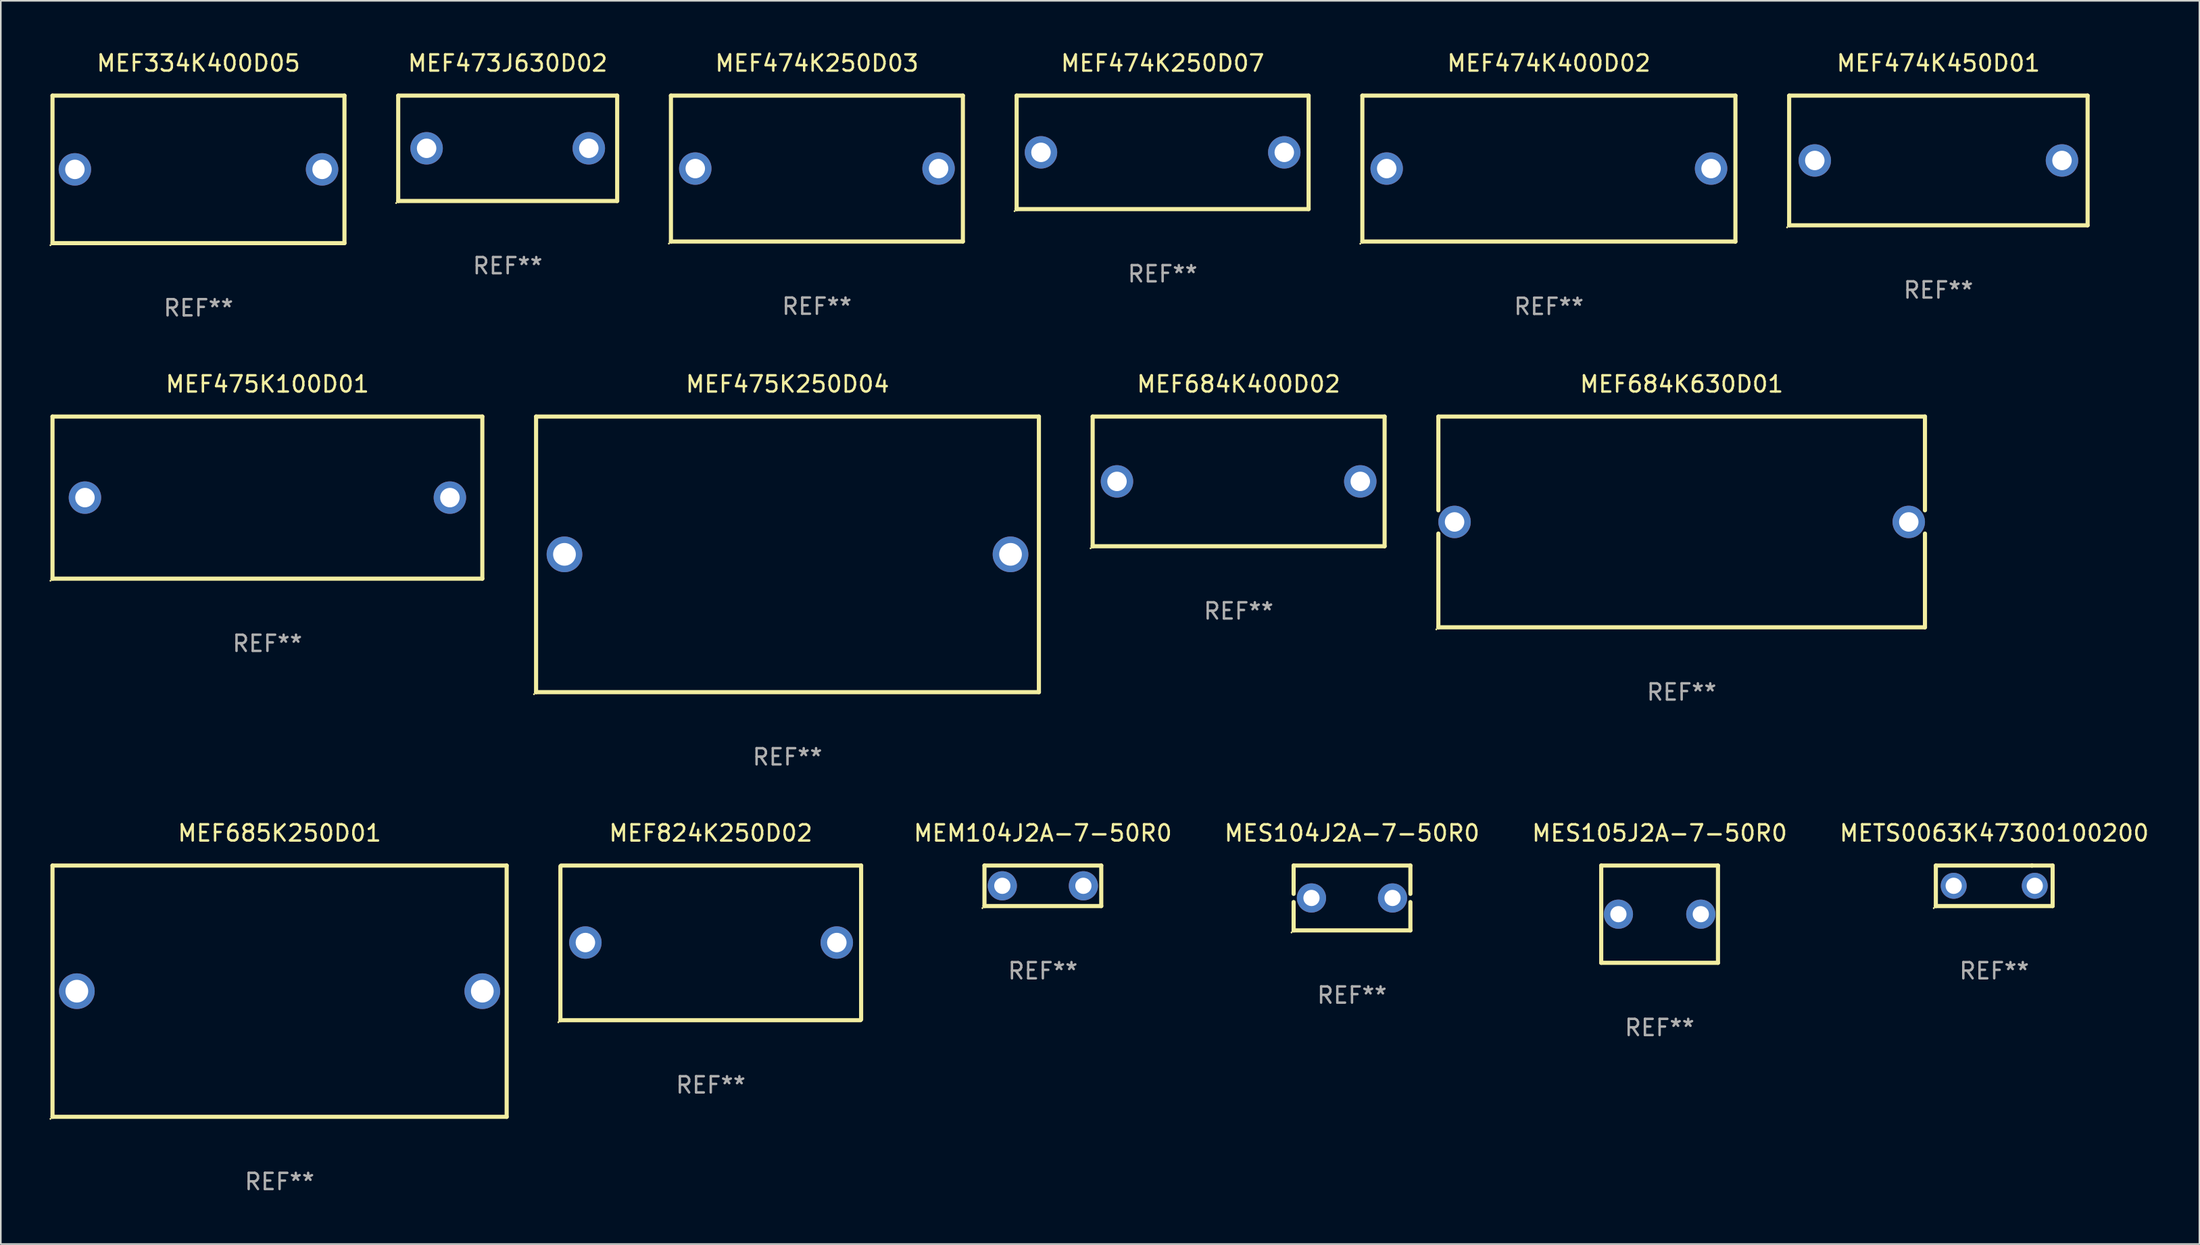
<source format=kicad_pcb>
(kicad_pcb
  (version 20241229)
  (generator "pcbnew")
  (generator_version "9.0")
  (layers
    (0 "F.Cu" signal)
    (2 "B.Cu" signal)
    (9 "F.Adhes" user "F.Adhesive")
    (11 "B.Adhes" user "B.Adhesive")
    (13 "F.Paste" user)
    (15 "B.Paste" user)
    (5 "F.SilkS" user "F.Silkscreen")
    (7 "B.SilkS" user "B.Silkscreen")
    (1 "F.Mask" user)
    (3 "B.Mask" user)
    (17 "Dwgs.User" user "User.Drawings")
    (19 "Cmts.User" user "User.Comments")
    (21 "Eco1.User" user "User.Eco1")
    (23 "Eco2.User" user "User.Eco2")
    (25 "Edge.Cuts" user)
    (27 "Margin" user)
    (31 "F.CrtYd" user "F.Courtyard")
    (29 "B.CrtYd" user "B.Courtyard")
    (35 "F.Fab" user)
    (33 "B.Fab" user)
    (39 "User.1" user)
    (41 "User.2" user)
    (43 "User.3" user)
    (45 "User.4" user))
  (footprint "MES104J2A-7-50R0"
    (layer "F.Cu")
    (at 80.305 52.341)
    (property "Reference" "MES104J2A-7-50R0" (at 0 -4 0) (layer "F.SilkS") (effects (font (size 1 1) (thickness 0.15))))
    (attr through_hole)
    (fp_line (start -3.6 -2) (end -3.6 -0.252) (stroke (width 0.254) (type solid)) (layer "F.SilkS"))
    (fp_line (start -3.6 -2) (end 3.6 -2) (stroke (width 0.254) (type solid)) (layer "F.SilkS"))
    (fp_line (start -3.6 0.252) (end -3.6 2) (stroke (width 0.254) (type solid)) (layer "F.SilkS"))
    (fp_line (start -3.6 2) (end 3.6 2) (stroke (width 0.254) (type solid)) (layer "F.SilkS"))
    (fp_line (start 3.6 -0.252) (end 3.6 -2) (stroke (width 0.254) (type solid)) (layer "F.SilkS"))
    (fp_line (start 3.6 2) (end 3.6 0.252) (stroke (width 0.254) (type solid)) (layer "F.SilkS"))
    (fp_circle (center -3.727 2.127) (end -3.697 2.127) (stroke (width 0.06) (type solid)) (fill no) (layer "F.SilkS"))
    (fp_text user "REF**" (at 0 6 0) (layer "F.Fab") (effects (font (size 1 1) (thickness 0.15))))
    (pad "1" thru_hole circle (at -2.499 0) (size 1.8 1.8) (drill 1) (layers "*.Cu" "*.Mask"))
    (pad "2" thru_hole circle (at 2.499 0) (size 1.8 1.8) (drill 1) (layers "*.Cu" "*.Mask")))
  (footprint "MEF474K250D03"
    (layer "F.Cu")
    (at 47.315 7.348)
    (property "Reference" "MEF474K250D03" (at 0 -6.5 0) (layer "F.SilkS") (effects (font (size 1 1) (thickness 0.15))))
    (attr through_hole)
    (fp_line (start -9 -4.5) (end 9 -4.5) (stroke (width 0.254) (type solid)) (layer "F.SilkS"))
    (fp_line (start -9 4.5) (end -9 -4.5) (stroke (width 0.254) (type solid)) (layer "F.SilkS"))
    (fp_line (start 9 -4.5) (end 9 4.5) (stroke (width 0.254) (type solid)) (layer "F.SilkS"))
    (fp_line (start 9 4.5) (end -9 4.5) (stroke (width 0.254) (type solid)) (layer "F.SilkS"))
    (fp_circle (center -9.127 4.627) (end -9.097 4.627) (stroke (width 0.06) (type solid)) (fill no) (layer "F.SilkS"))
    (fp_text user "REF**" (at 0 8.5 0) (layer "F.Fab") (effects (font (size 1 1) (thickness 0.15))))
    (pad "1" thru_hole circle (at -7.5 -0.000127) (size 2 2) (drill 1.2) (layers "*.Cu" "*.Mask"))
    (pad "2" thru_hole circle (at 7.5 -0.000127) (size 2 2) (drill 1.2) (layers "*.Cu" "*.Mask")))
  (footprint "MEF684K400D02"
    (layer "F.Cu")
    (at 73.315 26.645)
    (property "Reference" "MEF684K400D02" (at 0 -6 0) (layer "F.SilkS") (effects (font (size 1 1) (thickness 0.15))))
    (attr through_hole)
    (fp_line (start -9 -4) (end 9 -4) (stroke (width 0.254) (type solid)) (layer "F.SilkS"))
    (fp_line (start -9 4) (end -9 -4) (stroke (width 0.254) (type solid)) (layer "F.SilkS"))
    (fp_line (start 9 -4) (end 9 4) (stroke (width 0.254) (type solid)) (layer "F.SilkS"))
    (fp_line (start 9 4) (end -9 4) (stroke (width 0.254) (type solid)) (layer "F.SilkS"))
    (fp_circle (center -9.127 4.127) (end -9.097 4.127) (stroke (width 0.06) (type solid)) (fill no) (layer "F.SilkS"))
    (fp_text user "REF**" (at 0 8 0) (layer "F.Fab") (effects (font (size 1 1) (thickness 0.15))))
    (pad "1" thru_hole circle (at -7.5 0) (size 2 2) (drill 1.2) (layers "*.Cu" "*.Mask"))
    (pad "2" thru_hole circle (at 7.5 0) (size 2 2) (drill 1.2) (layers "*.Cu" "*.Mask")))
  (footprint "MEF474K450D01"
    (layer "F.Cu")
    (at 116.457 6.848)
    (property "Reference" "MEF474K450D01" (at 0 -6 0) (layer "F.SilkS") (effects (font (size 1 1) (thickness 0.15))))
    (attr through_hole)
    (fp_line (start -9.2 -4) (end 9.2 -4) (stroke (width 0.254) (type solid)) (layer "F.SilkS"))
    (fp_line (start -9.2 4) (end -9.2 -4) (stroke (width 0.254) (type solid)) (layer "F.SilkS"))
    (fp_line (start 9.2 -4) (end 9.2 4) (stroke (width 0.254) (type solid)) (layer "F.SilkS"))
    (fp_line (start 9.2 4) (end -9.2 4) (stroke (width 0.254) (type solid)) (layer "F.SilkS"))
    (fp_circle (center -9.327 4.127) (end -9.297 4.127) (stroke (width 0.06) (type solid)) (fill no) (layer "F.SilkS"))
    (fp_text user "REF**" (at 0 8 0) (layer "F.Fab") (effects (font (size 1 1) (thickness 0.15))))
    (pad "1" thru_hole circle (at -7.62 0) (size 2 2) (drill 1.2) (layers "*.Cu" "*.Mask"))
    (pad "2" thru_hole circle (at 7.62 0) (size 2 2) (drill 1.2) (layers "*.Cu" "*.Mask")))
  (footprint "MEM104J2A-7-50R0"
    (layer "F.Cu")
    (at 61.245 51.591)
    (property "Reference" "MEM104J2A-7-50R0" (at 0 -3.25 0) (layer "F.SilkS") (effects (font (size 1 1) (thickness 0.15))))
    (attr through_hole)
    (fp_line (start -3.6 -1.25) (end 3.6 -1.25) (stroke (width 0.254) (type solid)) (layer "F.SilkS"))
    (fp_line (start -3.6 1.25) (end -3.6 -1.25) (stroke (width 0.254) (type solid)) (layer "F.SilkS"))
    (fp_line (start -3.6 1.25) (end 3.6 1.25) (stroke (width 0.254) (type solid)) (layer "F.SilkS"))
    (fp_line (start 3.6 -1.25) (end 3.6 1.25) (stroke (width 0.254) (type solid)) (layer "F.SilkS"))
    (fp_circle (center -3.727 1.377) (end -3.697 1.377) (stroke (width 0.06) (type solid)) (fill no) (layer "F.SilkS"))
    (fp_text user "REF**" (at 0 5.25 0) (layer "F.Fab") (effects (font (size 1 1) (thickness 0.15))))
    (pad "1" thru_hole circle (at -2.499 -0.000013) (size 1.8 1.8) (drill 1) (layers "*.Cu" "*.Mask"))
    (pad "2" thru_hole circle (at 2.499 -0.000013) (size 1.8 1.8) (drill 1) (layers "*.Cu" "*.Mask")))
  (footprint "MEF475K100D01"
    (layer "F.Cu")
    (at 13.437 27.645)
    (property "Reference" "MEF475K100D01" (at 0 -7 0) (layer "F.SilkS") (effects (font (size 1 1) (thickness 0.15))))
    (attr through_hole)
    (fp_line (start -13.25 -5) (end 13.25 -5) (stroke (width 0.254) (type solid)) (layer "F.SilkS"))
    (fp_line (start -13.25 5) (end -13.25 -5) (stroke (width 0.254) (type solid)) (layer "F.SilkS"))
    (fp_line (start 13.25 -5) (end 13.25 5) (stroke (width 0.254) (type solid)) (layer "F.SilkS"))
    (fp_line (start 13.25 5) (end -13.25 5) (stroke (width 0.254) (type solid)) (layer "F.SilkS"))
    (fp_circle (center -13.377 5.127) (end -13.347 5.127) (stroke (width 0.06) (type solid)) (fill no) (layer "F.SilkS"))
    (fp_text user "REF**" (at 0 9 0) (layer "F.Fab") (effects (font (size 1 1) (thickness 0.15))))
    (pad "1" thru_hole circle (at -11.25 0) (size 2 2) (drill 1.2) (layers "*.Cu" "*.Mask"))
    (pad "2" thru_hole circle (at 11.25 0) (size 2 2) (drill 1.2) (layers "*.Cu" "*.Mask")))
  (footprint "MES105J2A-7-50R0"
    (layer "F.Cu")
    (at 99.269 53.341)
    (property "Reference" "MES105J2A-7-50R0" (at 0 -5 0) (layer "F.SilkS") (effects (font (size 1 1) (thickness 0.15))))
    (attr through_hole)
    (fp_line (start -3.599 -3) (end -3.599 3) (stroke (width 0.254) (type solid)) (layer "F.SilkS"))
    (fp_line (start -3.599 -3) (end 3.599 -3) (stroke (width 0.254) (type solid)) (layer "F.SilkS"))
    (fp_line (start 3.599 3) (end -3.599 3) (stroke (width 0.254) (type solid)) (layer "F.SilkS"))
    (fp_line (start 3.599 3) (end 3.599 -3) (stroke (width 0.254) (type solid)) (layer "F.SilkS"))
    (fp_circle (center -3.6 3) (end -3.57 3) (stroke (width 0.06) (type solid)) (fill no) (layer "F.SilkS"))
    (fp_text user "REF**" (at 0 7 0) (layer "F.Fab") (effects (font (size 1 1) (thickness 0.15))))
    (pad "1" thru_hole circle (at -2.54 0) (size 1.8 1.8) (drill 1) (layers "*.Cu" "*.Mask"))
    (pad "2" thru_hole circle (at 2.54 0) (size 1.8 1.8) (drill 1) (layers "*.Cu" "*.Mask")))
  (footprint "MEF685K250D01"
    (layer "F.Cu")
    (at 14.187 58.091)
    (property "Reference" "MEF685K250D01" (at 0 -9.75 0) (layer "F.SilkS") (effects (font (size 1 1) (thickness 0.15))))
    (attr through_hole)
    (fp_line (start -14 -7.75) (end 14 -7.75) (stroke (width 0.254) (type solid)) (layer "F.SilkS"))
    (fp_line (start -14 7.75) (end -14 -7.75) (stroke (width 0.254) (type solid)) (layer "F.SilkS"))
    (fp_line (start 14 -7.75) (end 14 7.75) (stroke (width 0.254) (type solid)) (layer "F.SilkS"))
    (fp_line (start 14 7.75) (end -14 7.75) (stroke (width 0.254) (type solid)) (layer "F.SilkS"))
    (fp_circle (center -14.127 7.877) (end -14.097 7.877) (stroke (width 0.06) (type solid)) (fill no) (layer "F.SilkS"))
    (fp_text user "REF**" (at 0 11.75 0) (layer "F.Fab") (effects (font (size 1 1) (thickness 0.15))))
    (pad "1" thru_hole circle (at -12.499 -0.000013) (size 2.2 2.2) (drill 1.4) (layers "*.Cu" "*.Mask"))
    (pad "2" thru_hole circle (at 12.499 -0.000013) (size 2.2 2.2) (drill 1.4) (layers "*.Cu" "*.Mask")))
  (footprint "MEF474K400D02"
    (layer "F.Cu")
    (at 92.443 7.353)
    (property "Reference" "MEF474K400D02" (at 0 -6.505 0) (layer "F.SilkS") (effects (font (size 1 1) (thickness 0.15))))
    (attr through_hole)
    (fp_line (start -11.5 -4.505) (end -11.5 4.495) (stroke (width 0.254) (type solid)) (layer "F.SilkS"))
    (fp_line (start -11.5 -4.505) (end 11.5 -4.505) (stroke (width 0.254) (type solid)) (layer "F.SilkS"))
    (fp_line (start -11.5 4.495) (end 11.5 4.495) (stroke (width 0.254) (type solid)) (layer "F.SilkS"))
    (fp_line (start 11.5 -4.505) (end 11.5 4.505) (stroke (width 0.254) (type solid)) (layer "F.SilkS"))
    (fp_circle (center -11.627 4.632) (end -11.597 4.632) (stroke (width 0.06) (type solid)) (fill no) (layer "F.SilkS"))
    (fp_text user "REF**" (at 0 8.505 0) (layer "F.Fab") (effects (font (size 1 1) (thickness 0.15))))
    (pad "1" thru_hole circle (at -10 -0.005) (size 2 2) (drill 1.2) (layers "*.Cu" "*.Mask"))
    (pad "2" thru_hole circle (at 10 -0.005) (size 2 2) (drill 1.2) (layers "*.Cu" "*.Mask")))
  (footprint "METS0063K47300100200"
    (layer "F.Cu")
    (at 119.9 51.591)
    (property "Reference" "METS0063K47300100200" (at 0 -3.25 0) (layer "F.SilkS") (effects (font (size 1 1) (thickness 0.15))))
    (attr through_hole)
    (fp_line (start -3.6 1.25) (end -3.6 -1.25) (stroke (width 0.254) (type solid)) (layer "F.SilkS"))
    (fp_line (start -3.6 1.25) (end 3.6 1.25) (stroke (width 0.254) (type solid)) (layer "F.SilkS"))
    (fp_line (start -3.6 -1.25) (end 2.326 -1.25) (stroke (width 0.254) (type solid)) (layer "F.SilkS"))
    (fp_line (start 2.326 -1.25) (end 2.326 -1.25) (stroke (width 0.254) (type solid)) (layer "F.SilkS"))
    (fp_line (start 2.326 -1.25) (end 3.6 -1.25) (stroke (width 0.254) (type solid)) (layer "F.SilkS"))
    (fp_line (start 3.6 -1.25) (end 3.6 1.25) (stroke (width 0.254) (type solid)) (layer "F.SilkS"))
    (fp_circle (center -3.727 1.377) (end -3.697 1.377) (stroke (width 0.06) (type solid)) (fill no) (layer "F.SilkS"))
    (fp_text user "REF**" (at 0 5.25 0) (layer "F.Fab") (effects (font (size 1 1) (thickness 0.15))))
    (pad "1" thru_hole circle (at -2.499 -0.000013) (size 1.6 1.6) (drill 1) (layers "*.Cu" "*.Mask"))
    (pad "2" thru_hole circle (at 2.499 -0.000013) (size 1.6 1.6) (drill 1) (layers "*.Cu" "*.Mask")))
  (footprint "MEF473J630D02"
    (layer "F.Cu")
    (at 28.251 6.098)
    (property "Reference" "MEF473J630D02" (at 0 -5.25 0) (layer "F.SilkS") (effects (font (size 1 1) (thickness 0.15))))
    (attr through_hole)
    (fp_line (start -6.75 -3.25) (end 6.75 -3.25) (stroke (width 0.254) (type solid)) (layer "F.SilkS"))
    (fp_line (start -6.75 3.25) (end -6.75 -3.25) (stroke (width 0.254) (type solid)) (layer "F.SilkS"))
    (fp_line (start 6.75 -3.25) (end 6.75 3.25) (stroke (width 0.254) (type solid)) (layer "F.SilkS"))
    (fp_line (start 6.75 3.25) (end -6.75 3.25) (stroke (width 0.254) (type solid)) (layer "F.SilkS"))
    (fp_circle (center -6.877 3.377) (end -6.847 3.377) (stroke (width 0.06) (type solid)) (fill no) (layer "F.SilkS"))
    (fp_text user "REF**" (at 0 7.25 0) (layer "F.Fab") (effects (font (size 1 1) (thickness 0.15))))
    (pad "1" thru_hole circle (at -5 -0.000013) (size 2 2) (drill 1.2) (layers "*.Cu" "*.Mask"))
    (pad "2" thru_hole circle (at 5 -0.000013) (size 2 2) (drill 1.2) (layers "*.Cu" "*.Mask")))
  (footprint "MEF475K250D04"
    (layer "F.Cu")
    (at 45.501 31.145)
    (property "Reference" "MEF475K250D04" (at 0 -10.5 0) (layer "F.SilkS") (effects (font (size 1 1) (thickness 0.15))))
    (attr through_hole)
    (fp_line (start -15.5 -8.5) (end 15.5 -8.5) (stroke (width 0.254) (type solid)) (layer "F.SilkS"))
    (fp_line (start -15.5 8.5) (end -15.5 -8.5) (stroke (width 0.254) (type solid)) (layer "F.SilkS"))
    (fp_line (start 15.5 8.5) (end -15.5 8.5) (stroke (width 0.254) (type solid)) (layer "F.SilkS"))
    (fp_line (start 15.5 8.5) (end 15.5 -8.5) (stroke (width 0.254) (type solid)) (layer "F.SilkS"))
    (fp_circle (center -15.627 8.627) (end -15.597 8.627) (stroke (width 0.06) (type solid)) (fill no) (layer "F.SilkS"))
    (fp_text user "REF**" (at 0 12.5 0) (layer "F.Fab") (effects (font (size 1 1) (thickness 0.15))))
    (pad "1" thru_hole circle (at -13.75 0) (size 2.2 2.2) (drill 1.4) (layers "*.Cu" "*.Mask"))
    (pad "2" thru_hole circle (at 13.75 0) (size 2.2 2.2) (drill 1.4) (layers "*.Cu" "*.Mask")))
  (footprint "MEF474K250D07"
    (layer "F.Cu")
    (at 68.629 6.348)
    (property "Reference" "MEF474K250D07" (at 0 -5.5 0) (layer "F.SilkS") (effects (font (size 1 1) (thickness 0.15))))
    (attr through_hole)
    (fp_line (start -9 -3.5) (end 9 -3.5) (stroke (width 0.254) (type solid)) (layer "F.SilkS"))
    (fp_line (start -9 3.5) (end -9 -3.5) (stroke (width 0.254) (type solid)) (layer "F.SilkS"))
    (fp_line (start 9 3.5) (end -9 3.5) (stroke (width 0.254) (type solid)) (layer "F.SilkS"))
    (fp_line (start 9 3.5) (end 9 -3.5) (stroke (width 0.254) (type solid)) (layer "F.SilkS"))
    (fp_circle (center -9.127 3.627) (end -9.097 3.627) (stroke (width 0.06) (type solid)) (fill no) (layer "F.SilkS"))
    (fp_text user "REF**" (at 0 7.5 0) (layer "F.Fab") (effects (font (size 1 1) (thickness 0.15))))
    (pad "1" thru_hole circle (at -7.5 0) (size 2 2) (drill 1.2) (layers "*.Cu" "*.Mask"))
    (pad "2" thru_hole circle (at 7.5 0) (size 2 2) (drill 1.2) (layers "*.Cu" "*.Mask")))
  (footprint "MEF824K250D02"
    (layer "F.Cu")
    (at 40.771 55.111)
    (property "Reference" "MEF824K250D02" (at 0 -6.77 0) (layer "F.SilkS") (effects (font (size 1 1) (thickness 0.15))))
    (attr through_hole)
    (fp_line (start -9.27 4.77) (end -9.27 -4.73) (stroke (width 0.254) (type solid)) (layer "F.SilkS"))
    (fp_line (start -9.23 -4.77) (end 9.27 -4.77) (stroke (width 0.254) (type solid)) (layer "F.SilkS"))
    (fp_line (start 9.23 4.77) (end -9.27 4.77) (stroke (width 0.254) (type solid)) (layer "F.SilkS"))
    (fp_line (start 9.27 -4.77) (end 9.27 4.73) (stroke (width 0.254) (type solid)) (layer "F.SilkS"))
    (fp_circle (center -9.397 4.897) (end -9.367 4.897) (stroke (width 0.06) (type solid)) (fill no) (layer "F.SilkS"))
    (fp_text user "REF**" (at 0 8.77 0) (layer "F.Fab") (effects (font (size 1 1) (thickness 0.15))))
    (pad "1" thru_hole circle (at -7.73 -0.02) (size 2 2) (drill 1.2) (layers "*.Cu" "*.Mask"))
    (pad "2" thru_hole circle (at 7.77 -0.02) (size 2 2) (drill 1.2) (layers "*.Cu" "*.Mask")))
  (footprint "MEF684K630D01"
    (layer "F.Cu")
    (at 100.629 29.145)
    (property "Reference" "MEF684K630D01" (at 0 -8.5 0) (layer "F.SilkS") (effects (font (size 1 1) (thickness 0.15))))
    (attr through_hole)
    (fp_line (start -15 -6.5) (end -15 -0.717) (stroke (width 0.254) (type solid)) (layer "F.SilkS"))
    (fp_line (start -15 -6.5) (end 15 -6.5) (stroke (width 0.254) (type solid)) (layer "F.SilkS"))
    (fp_line (start -15 0.717) (end -15 6.5) (stroke (width 0.254) (type solid)) (layer "F.SilkS"))
    (fp_line (start 15 -6.5) (end 15 -0.717) (stroke (width 0.254) (type solid)) (layer "F.SilkS"))
    (fp_line (start 15 0.717) (end 15 6.5) (stroke (width 0.254) (type solid)) (layer "F.SilkS"))
    (fp_line (start 15 6.5) (end -15 6.5) (stroke (width 0.254) (type solid)) (layer "F.SilkS"))
    (fp_circle (center -15.127 6.627) (end -15.097 6.627) (stroke (width 0.06) (type solid)) (fill no) (layer "F.SilkS"))
    (fp_text user "REF**" (at 0 10.5 0) (layer "F.Fab") (effects (font (size 1 1) (thickness 0.15))))
    (pad "1" thru_hole circle (at -14.001 0) (size 2 2) (drill 1.2) (layers "*.Cu" "*.Mask"))
    (pad "2" thru_hole circle (at 14.001 0) (size 2 2) (drill 1.2) (layers "*.Cu" "*.Mask")))
  (footprint "MEF334K400D05"
    (layer "F.Cu")
    (at 9.187 7.398)
    (property "Reference" "MEF334K400D05" (at 0 -6.55 0) (layer "F.SilkS") (effects (font (size 1 1) (thickness 0.15))))
    (attr through_hole)
    (fp_line (start -9 -4.55) (end 9 -4.55) (stroke (width 0.254) (type solid)) (layer "F.SilkS"))
    (fp_line (start -9 4.55) (end -9 -4.55) (stroke (width 0.254) (type solid)) (layer "F.SilkS"))
    (fp_line (start 9 -4.55) (end 9 4.55) (stroke (width 0.254) (type solid)) (layer "F.SilkS"))
    (fp_line (start 9 4.55) (end -9 4.55) (stroke (width 0.254) (type solid)) (layer "F.SilkS"))
    (fp_circle (center -9.127 4.677) (end -9.097 4.677) (stroke (width 0.06) (type solid)) (fill no) (layer "F.SilkS"))
    (fp_text user "REF**" (at 0 8.55 0) (layer "F.Fab") (effects (font (size 1 1) (thickness 0.15))))
    (pad "1" thru_hole circle (at -7.62 -0.000013) (size 2 2) (drill 1.2) (layers "*.Cu" "*.Mask"))
    (pad "2" thru_hole circle (at 7.62 -0.000013) (size 2 2) (drill 1.2) (layers "*.Cu" "*.Mask")))
  (gr_rect
    (start -3 -3)
    (end 132.549 73.69)
    (stroke (width 0.1) (type default))
    (fill no)
    (layer "Edge.Cuts")))
</source>
